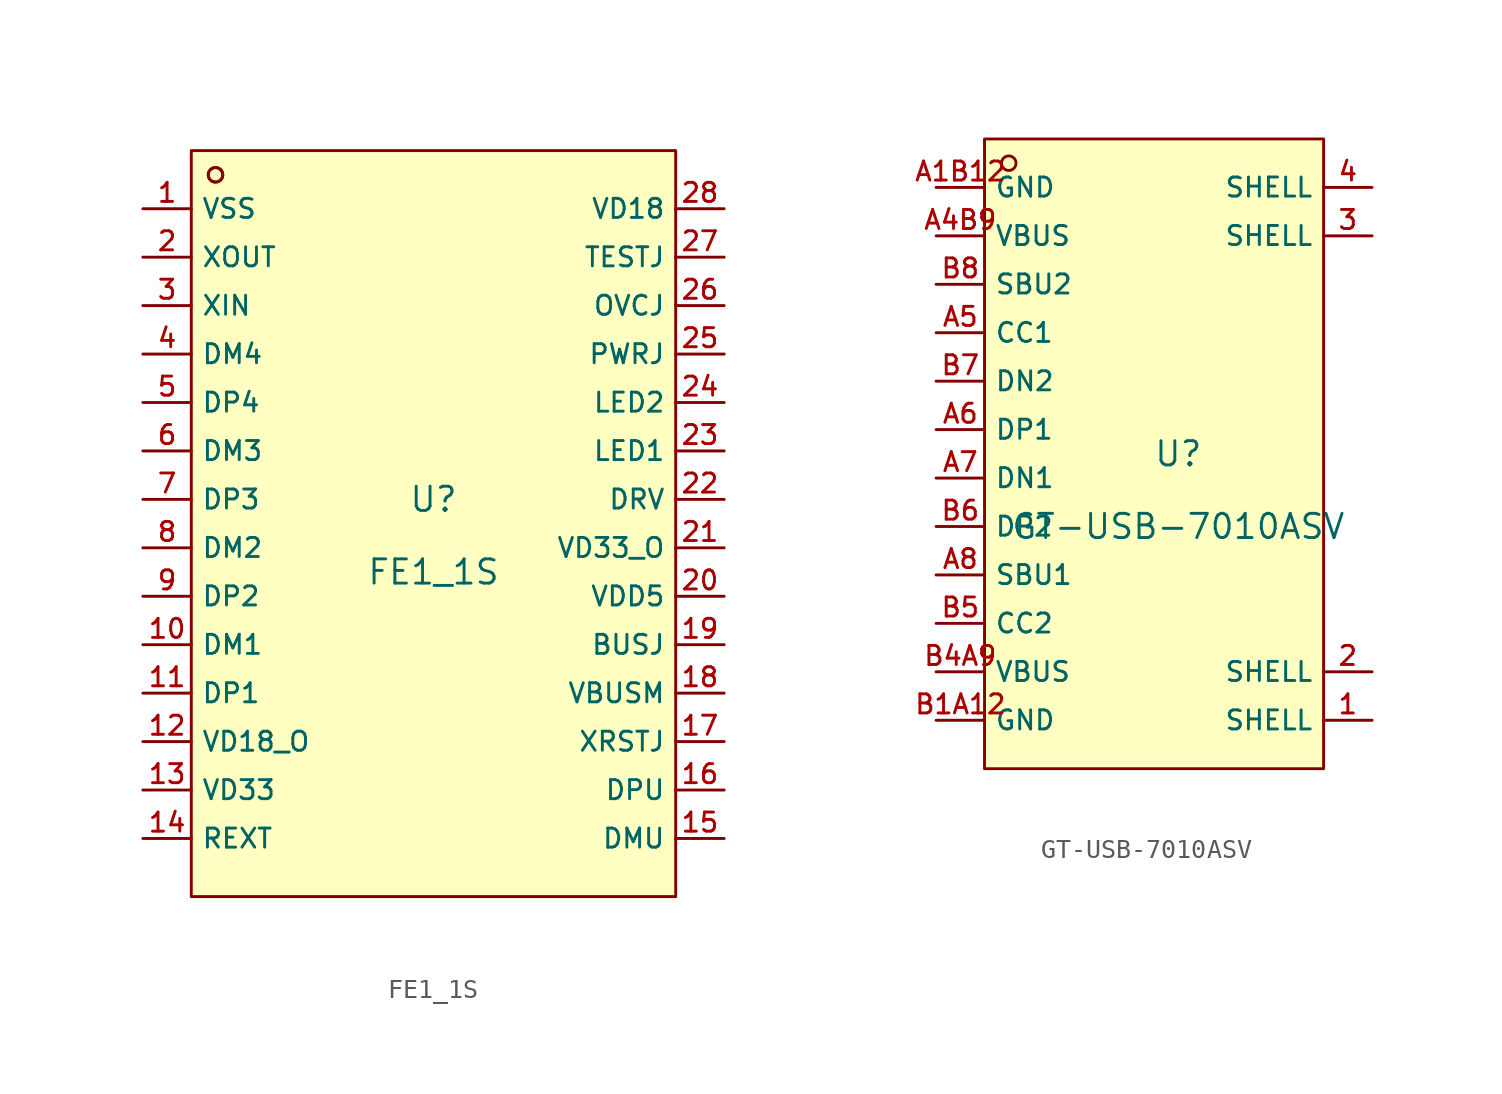
<source format=kicad_sym>
(kicad_symbol_lib
  (version 20210201)
  (generator TousstNicolas/JLC2KiCad_lib)
  (symbol "FE1_1S"
    (property "Reference" "U"
      (at 0 1.27 0)
      (effects (font (size 1.27 1.27))))
    (property "Value" "FE1_1S"
      (at 0 -2.54 0)
      (effects (font (size 1.27 1.27))))
    (symbol "FE1_1S_0_1"
      (circle (center -11.43 18.288) (radius 0.381) (stroke (width 0) (type default) (color 0 0 0 0)) (fill (type background)))
      (rectangle (start -12.7 19.558) (end 12.7 -19.558) (stroke (width 0) (type default) (color 0 0 0 0)) (fill (type background)))
      (circle (center -11.43 18.288) (radius 0.381) (stroke (width 0) (type default) (color 0 0 0 0)) (fill (type background)))
      (pin unspecified line (at -15.24 16.51 0) (length 2.54) (name "VSS" (effects (font (size 1 1)))) (number "1" (effects (font (size 1 1)))))
      (pin unspecified line (at -15.24 13.97 0) (length 2.54) (name "XOUT" (effects (font (size 1 1)))) (number "2" (effects (font (size 1 1)))))
      (pin unspecified line (at -15.24 11.43 0) (length 2.54) (name "XIN" (effects (font (size 1 1)))) (number "3" (effects (font (size 1 1)))))
      (pin unspecified line (at -15.24 8.89 0) (length 2.54) (name "DM4" (effects (font (size 1 1)))) (number "4" (effects (font (size 1 1)))))
      (pin unspecified line (at -15.24 6.35 0) (length 2.54) (name "DP4" (effects (font (size 1 1)))) (number "5" (effects (font (size 1 1)))))
      (pin unspecified line (at -15.24 3.81 0) (length 2.54) (name "DM3" (effects (font (size 1 1)))) (number "6" (effects (font (size 1 1)))))
      (pin unspecified line (at -15.24 1.27 0) (length 2.54) (name "DP3" (effects (font (size 1 1)))) (number "7" (effects (font (size 1 1)))))
      (pin unspecified line (at -15.24 -1.27 0) (length 2.54) (name "DM2" (effects (font (size 1 1)))) (number "8" (effects (font (size 1 1)))))
      (pin unspecified line (at -15.24 -3.81 0) (length 2.54) (name "DP2" (effects (font (size 1 1)))) (number "9" (effects (font (size 1 1)))))
      (pin unspecified line (at -15.24 -6.35 0) (length 2.54) (name "DM1" (effects (font (size 1 1)))) (number "10" (effects (font (size 1 1)))))
      (pin unspecified line (at -15.24 -8.89 0) (length 2.54) (name "DP1" (effects (font (size 1 1)))) (number "11" (effects (font (size 1 1)))))
      (pin unspecified line (at -15.24 -11.43 0) (length 2.54) (name "VD18_O" (effects (font (size 1 1)))) (number "12" (effects (font (size 1 1)))))
      (pin unspecified line (at -15.24 -13.97 0) (length 2.54) (name "VD33" (effects (font (size 1 1)))) (number "13" (effects (font (size 1 1)))))
      (pin unspecified line (at -15.24 -16.51 0) (length 2.54) (name "REXT" (effects (font (size 1 1)))) (number "14" (effects (font (size 1 1)))))
      (pin unspecified line (at 15.24 -16.51 180) (length 2.54) (name "DMU" (effects (font (size 1 1)))) (number "15" (effects (font (size 1 1)))))
      (pin unspecified line (at 15.24 -13.97 180) (length 2.54) (name "DPU" (effects (font (size 1 1)))) (number "16" (effects (font (size 1 1)))))
      (pin unspecified line (at 15.24 -11.43 180) (length 2.54) (name "XRSTJ" (effects (font (size 1 1)))) (number "17" (effects (font (size 1 1)))))
      (pin unspecified line (at 15.24 -8.89 180) (length 2.54) (name "VBUSM" (effects (font (size 1 1)))) (number "18" (effects (font (size 1 1)))))
      (pin unspecified line (at 15.24 -6.35 180) (length 2.54) (name "BUSJ" (effects (font (size 1 1)))) (number "19" (effects (font (size 1 1)))))
      (pin unspecified line (at 15.24 -3.81 180) (length 2.54) (name "VDD5" (effects (font (size 1 1)))) (number "20" (effects (font (size 1 1)))))
      (pin unspecified line (at 15.24 -1.27 180) (length 2.54) (name "VD33_O" (effects (font (size 1 1)))) (number "21" (effects (font (size 1 1)))))
      (pin unspecified line (at 15.24 1.27 180) (length 2.54) (name "DRV" (effects (font (size 1 1)))) (number "22" (effects (font (size 1 1)))))
      (pin unspecified line (at 15.24 3.81 180) (length 2.54) (name "LED1" (effects (font (size 1 1)))) (number "23" (effects (font (size 1 1)))))
      (pin unspecified line (at 15.24 6.35 180) (length 2.54) (name "LED2" (effects (font (size 1 1)))) (number "24" (effects (font (size 1 1)))))
      (pin unspecified line (at 15.24 8.89 180) (length 2.54) (name "PWRJ" (effects (font (size 1 1)))) (number "25" (effects (font (size 1 1)))))
      (pin unspecified line (at 15.24 11.43 180) (length 2.54) (name "OVCJ" (effects (font (size 1 1)))) (number "26" (effects (font (size 1 1)))))
      (pin unspecified line (at 15.24 13.97 180) (length 2.54) (name "TESTJ" (effects (font (size 1 1)))) (number "27" (effects (font (size 1 1)))))
      (pin unspecified line (at 15.24 16.51 180) (length 2.54) (name "VD18" (effects (font (size 1 1)))) (number "28" (effects (font (size 1 1)))))))
  (symbol "GT-USB-7010ASV"
    (property "Reference" "U"
      (at 0 1.27 0)
      (effects (font (size 1.27 1.27))))
    (property "Value" "GT-USB-7010ASV"
      (at 0 -2.54 0)
      (effects (font (size 1.27 1.27))))
    (symbol "GT-USB-7010ASV_0_1"
      (pin unspecified line (at 10.16 15.24 180) (length 2.54) (name "SHELL" (effects (font (size 1 1)))) (number "4" (effects (font (size 1 1)))))
      (pin unspecified line (at 10.16 12.7 180) (length 2.54) (name "SHELL" (effects (font (size 1 1)))) (number "3" (effects (font (size 1 1)))))
      (pin unspecified line (at 10.16 -10.16 180) (length 2.54) (name "SHELL" (effects (font (size 1 1)))) (number "2" (effects (font (size 1 1)))))
      (pin unspecified line (at 10.16 -12.7 180) (length 2.54) (name "SHELL" (effects (font (size 1 1)))) (number "1" (effects (font (size 1 1)))))
      (pin unspecified line (at -12.7 -12.7 0) (length 2.54) (name "GND" (effects (font (size 1 1)))) (number "B1A12" (effects (font (size 1 1)))))
      (pin unspecified line (at -12.7 -10.16 0) (length 2.54) (name "VBUS" (effects (font (size 1 1)))) (number "B4A9" (effects (font (size 1 1)))))
      (pin unspecified line (at -12.7 -7.62 0) (length 2.54) (name "CC2" (effects (font (size 1 1)))) (number "B5" (effects (font (size 1 1)))))
      (pin unspecified line (at -12.7 -5.08 0) (length 2.54) (name "SBU1" (effects (font (size 1 1)))) (number "A8" (effects (font (size 1 1)))))
      (pin unspecified line (at -12.7 -2.54 0) (length 2.54) (name "DP2" (effects (font (size 1 1)))) (number "B6" (effects (font (size 1 1)))))
      (pin unspecified line (at -12.7 -0.0 0) (length 2.54) (name "DN1" (effects (font (size 1 1)))) (number "A7" (effects (font (size 1 1)))))
      (pin unspecified line (at -12.7 2.54 0) (length 2.54) (name "DP1" (effects (font (size 1 1)))) (number "A6" (effects (font (size 1 1)))))
      (pin unspecified line (at -12.7 5.08 0) (length 2.54) (name "DN2" (effects (font (size 1 1)))) (number "B7" (effects (font (size 1 1)))))
      (pin unspecified line (at -12.7 7.62 0) (length 2.54) (name "CC1" (effects (font (size 1 1)))) (number "A5" (effects (font (size 1 1)))))
      (pin unspecified line (at -12.7 10.16 0) (length 2.54) (name "SBU2" (effects (font (size 1 1)))) (number "B8" (effects (font (size 1 1)))))
      (pin unspecified line (at -12.7 12.7 0) (length 2.54) (name "VBUS" (effects (font (size 1 1)))) (number "A4B9" (effects (font (size 1 1)))))
      (pin unspecified line (at -12.7 15.24 0) (length 2.54) (name "GND" (effects (font (size 1 1)))) (number "A1B12" (effects (font (size 1 1)))))
      (circle (center -8.89 16.51) (radius 0.381) (stroke (width 0) (type default) (color 0 0 0 0)) (fill (type background)))
      (rectangle (start -10.16 17.78) (end 7.62 -15.24) (stroke (width 0) (type default) (color 0 0 0 0)) (fill (type background))))))
</source>
